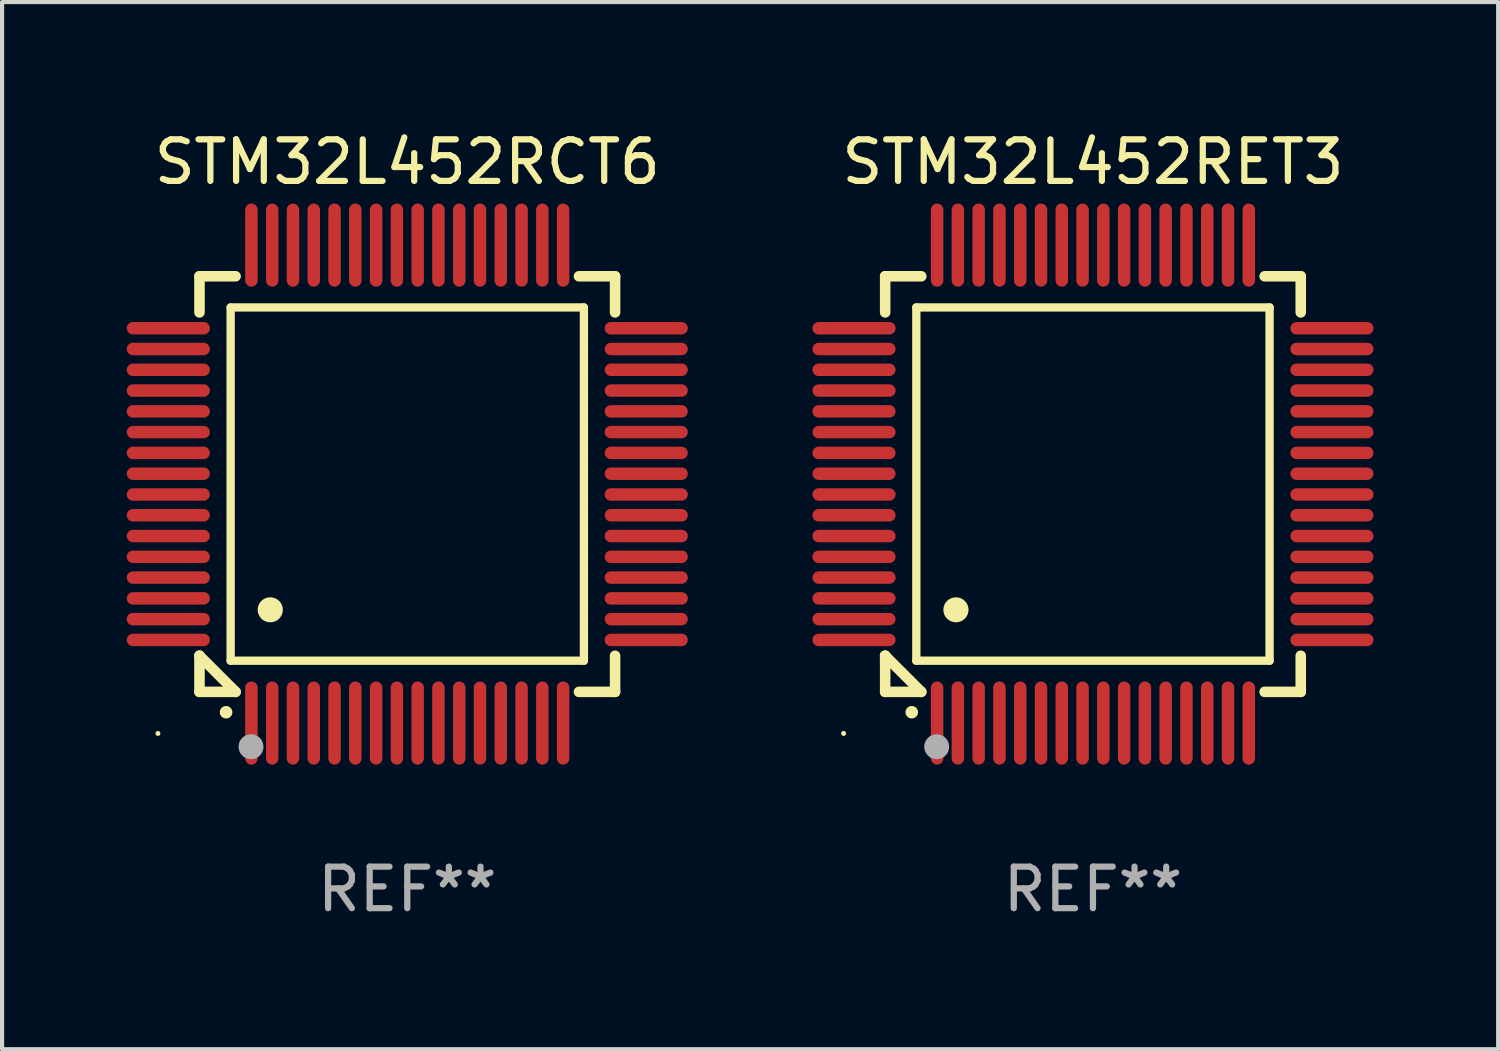
<source format=kicad_pcb>
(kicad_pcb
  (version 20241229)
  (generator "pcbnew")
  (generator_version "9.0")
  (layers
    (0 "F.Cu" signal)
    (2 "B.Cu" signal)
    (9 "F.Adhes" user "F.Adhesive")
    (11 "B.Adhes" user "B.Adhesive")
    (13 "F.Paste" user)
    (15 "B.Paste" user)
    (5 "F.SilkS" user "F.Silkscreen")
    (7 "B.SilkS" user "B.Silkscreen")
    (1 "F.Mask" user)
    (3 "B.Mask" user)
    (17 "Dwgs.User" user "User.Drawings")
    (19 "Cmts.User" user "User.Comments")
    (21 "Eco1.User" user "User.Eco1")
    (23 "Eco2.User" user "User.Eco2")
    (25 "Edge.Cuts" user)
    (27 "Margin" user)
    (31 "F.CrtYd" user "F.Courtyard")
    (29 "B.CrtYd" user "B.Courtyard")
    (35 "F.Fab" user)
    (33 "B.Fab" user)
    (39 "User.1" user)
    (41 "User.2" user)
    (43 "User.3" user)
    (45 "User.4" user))
  (footprint "STM32L452RCT6"
    (layer "F.Cu")
    (at 6.75 8.598)
    (property "Reference" "STM32L452RCT6" (at 0 -7.75 0) (layer "F.SilkS") (effects (font (size 1 1) (thickness 0.15))))
    (attr through_hole)
    (fp_line (start -5 -5) (end -4.131 -5) (stroke (width 0.254) (type solid)) (layer "F.SilkS"))
    (fp_line (start -5 -4.131) (end -5 -5) (stroke (width 0.254) (type solid)) (layer "F.SilkS"))
    (fp_line (start -5 4.131) (end -5 4.131) (stroke (width 0.254) (type solid)) (layer "F.SilkS"))
    (fp_line (start -5 5) (end -5 4.131) (stroke (width 0.254) (type solid)) (layer "F.SilkS"))
    (fp_line (start -5 4.131) (end -4.131 5) (stroke (width 0.254) (type solid)) (layer "F.SilkS"))
    (fp_line (start -4.25 -4.25) (end -4.25 4.25) (stroke (width 0.2) (type solid)) (layer "F.SilkS"))
    (fp_line (start -4.25 4.25) (end 4.25 4.25) (stroke (width 0.2) (type solid)) (layer "F.SilkS"))
    (fp_line (start -4.131 5) (end -5 5) (stroke (width 0.254) (type solid)) (layer "F.SilkS"))
    (fp_line (start 4.25 -4.25) (end -4.25 -4.25) (stroke (width 0.2) (type solid)) (layer "F.SilkS"))
    (fp_line (start 4.25 4.25) (end 4.25 -4.25) (stroke (width 0.2) (type solid)) (layer "F.SilkS"))
    (fp_line (start 5 -5) (end 4.131 -5) (stroke (width 0.254) (type solid)) (layer "F.SilkS"))
    (fp_line (start 5 -5) (end 5 -4.131) (stroke (width 0.254) (type solid)) (layer "F.SilkS"))
    (fp_line (start 5 4.131) (end 5 5) (stroke (width 0.254) (type solid)) (layer "F.SilkS"))
    (fp_line (start 5 5) (end 4.131 5) (stroke (width 0.254) (type solid)) (layer "F.SilkS"))
    (fp_arc (start -4.361265 5.489992) (mid -4.359995 5.489987) (end -4.358725 5.489992) (stroke (width 0.3) (type solid)) (layer "F.SilkS"))
    (fp_arc (start -3.299467 3.025146) (mid -3.296927 3.025135) (end -3.294387 3.025146) (stroke (width 0.6) (type solid)) (layer "F.SilkS"))
    (fp_circle (center -6 6) (end -5.97 6) (stroke (width 0.06) (type solid)) (fill no) (layer "F.SilkS"))
    (fp_circle (center -3.76 6.32) (end -3.61 6.32) (stroke (width 0.3) (type solid)) (fill no) (layer "F.Fab"))
    (fp_text user "REF**" (at 0 9.75 0) (layer "F.Fab") (effects (font (size 1 1) (thickness 0.15))))
    (pad "1" smd oval (at -3.75 5.75) (size 0.3 2) (layers "F.Cu" "F.Mask" "F.Paste"))
    (pad "2" smd oval (at -3.25 5.75) (size 0.3 2) (layers "F.Cu" "F.Mask" "F.Paste"))
    (pad "3" smd oval (at -2.75 5.75) (size 0.3 2) (layers "F.Cu" "F.Mask" "F.Paste"))
    (pad "4" smd oval (at -2.25 5.75) (size 0.3 2) (layers "F.Cu" "F.Mask" "F.Paste"))
    (pad "5" smd oval (at -1.75 5.75) (size 0.3 2) (layers "F.Cu" "F.Mask" "F.Paste"))
    (pad "6" smd oval (at -1.25 5.75) (size 0.3 2) (layers "F.Cu" "F.Mask" "F.Paste"))
    (pad "7" smd oval (at -0.75 5.75) (size 0.3 2) (layers "F.Cu" "F.Mask" "F.Paste"))
    (pad "8" smd oval (at -0.25 5.75) (size 0.3 2) (layers "F.Cu" "F.Mask" "F.Paste"))
    (pad "9" smd oval (at 0.25 5.75) (size 0.3 2) (layers "F.Cu" "F.Mask" "F.Paste"))
    (pad "10" smd oval (at 0.75 5.75) (size 0.3 2) (layers "F.Cu" "F.Mask" "F.Paste"))
    (pad "11" smd oval (at 1.25 5.75) (size 0.3 2) (layers "F.Cu" "F.Mask" "F.Paste"))
    (pad "12" smd oval (at 1.75 5.75) (size 0.3 2) (layers "F.Cu" "F.Mask" "F.Paste"))
    (pad "13" smd oval (at 2.25 5.75) (size 0.3 2) (layers "F.Cu" "F.Mask" "F.Paste"))
    (pad "14" smd oval (at 2.75 5.75) (size 0.3 2) (layers "F.Cu" "F.Mask" "F.Paste"))
    (pad "15" smd oval (at 3.25 5.75) (size 0.3 2) (layers "F.Cu" "F.Mask" "F.Paste"))
    (pad "16" smd oval (at 3.75 5.75) (size 0.3 2) (layers "F.Cu" "F.Mask" "F.Paste"))
    (pad "17" smd oval (at 5.75 3.75) (size 2 0.3) (layers "F.Cu" "F.Mask" "F.Paste"))
    (pad "18" smd oval (at 5.75 3.25) (size 2 0.3) (layers "F.Cu" "F.Mask" "F.Paste"))
    (pad "19" smd oval (at 5.75 2.75) (size 2 0.3) (layers "F.Cu" "F.Mask" "F.Paste"))
    (pad "20" smd oval (at 5.75 2.25) (size 2 0.3) (layers "F.Cu" "F.Mask" "F.Paste"))
    (pad "21" smd oval (at 5.75 1.75) (size 2 0.3) (layers "F.Cu" "F.Mask" "F.Paste"))
    (pad "22" smd oval (at 5.75 1.25) (size 2 0.3) (layers "F.Cu" "F.Mask" "F.Paste"))
    (pad "23" smd oval (at 5.75 0.75) (size 2 0.3) (layers "F.Cu" "F.Mask" "F.Paste"))
    (pad "24" smd oval (at 5.75 0.25) (size 2 0.3) (layers "F.Cu" "F.Mask" "F.Paste"))
    (pad "25" smd oval (at 5.75 -0.25) (size 2 0.3) (layers "F.Cu" "F.Mask" "F.Paste"))
    (pad "26" smd oval (at 5.75 -0.75) (size 2 0.3) (layers "F.Cu" "F.Mask" "F.Paste"))
    (pad "27" smd oval (at 5.75 -1.25) (size 2 0.3) (layers "F.Cu" "F.Mask" "F.Paste"))
    (pad "28" smd oval (at 5.75 -1.75) (size 2 0.3) (layers "F.Cu" "F.Mask" "F.Paste"))
    (pad "29" smd oval (at 5.75 -2.25) (size 2 0.3) (layers "F.Cu" "F.Mask" "F.Paste"))
    (pad "30" smd oval (at 5.75 -2.75) (size 2 0.3) (layers "F.Cu" "F.Mask" "F.Paste"))
    (pad "31" smd oval (at 5.75 -3.25) (size 2 0.3) (layers "F.Cu" "F.Mask" "F.Paste"))
    (pad "32" smd oval (at 5.75 -3.75) (size 2 0.3) (layers "F.Cu" "F.Mask" "F.Paste"))
    (pad "33" smd oval (at 3.75 -5.75) (size 0.3 2) (layers "F.Cu" "F.Mask" "F.Paste"))
    (pad "34" smd oval (at 3.25 -5.75) (size 0.3 2) (layers "F.Cu" "F.Mask" "F.Paste"))
    (pad "35" smd oval (at 2.75 -5.75) (size 0.3 2) (layers "F.Cu" "F.Mask" "F.Paste"))
    (pad "36" smd oval (at 2.25 -5.75) (size 0.3 2) (layers "F.Cu" "F.Mask" "F.Paste"))
    (pad "37" smd oval (at 1.75 -5.75) (size 0.3 2) (layers "F.Cu" "F.Mask" "F.Paste"))
    (pad "38" smd oval (at 1.25 -5.75) (size 0.3 2) (layers "F.Cu" "F.Mask" "F.Paste"))
    (pad "39" smd oval (at 0.75 -5.75) (size 0.3 2) (layers "F.Cu" "F.Mask" "F.Paste"))
    (pad "40" smd oval (at 0.25 -5.75) (size 0.3 2) (layers "F.Cu" "F.Mask" "F.Paste"))
    (pad "41" smd oval (at -0.25 -5.75) (size 0.3 2) (layers "F.Cu" "F.Mask" "F.Paste"))
    (pad "42" smd oval (at -0.75 -5.75) (size 0.3 2) (layers "F.Cu" "F.Mask" "F.Paste"))
    (pad "43" smd oval (at -1.25 -5.75) (size 0.3 2) (layers "F.Cu" "F.Mask" "F.Paste"))
    (pad "44" smd oval (at -1.75 -5.75) (size 0.3 2) (layers "F.Cu" "F.Mask" "F.Paste"))
    (pad "45" smd oval (at -2.25 -5.75) (size 0.3 2) (layers "F.Cu" "F.Mask" "F.Paste"))
    (pad "46" smd oval (at -2.75 -5.75) (size 0.3 2) (layers "F.Cu" "F.Mask" "F.Paste"))
    (pad "47" smd oval (at -3.25 -5.75) (size 0.3 2) (layers "F.Cu" "F.Mask" "F.Paste"))
    (pad "48" smd oval (at -3.75 -5.75) (size 0.3 2) (layers "F.Cu" "F.Mask" "F.Paste"))
    (pad "49" smd oval (at -5.75 -3.75) (size 2 0.3) (layers "F.Cu" "F.Mask" "F.Paste"))
    (pad "50" smd oval (at -5.75 -3.25) (size 2 0.3) (layers "F.Cu" "F.Mask" "F.Paste"))
    (pad "51" smd oval (at -5.75 -2.75) (size 2 0.3) (layers "F.Cu" "F.Mask" "F.Paste"))
    (pad "52" smd oval (at -5.75 -2.25) (size 2 0.3) (layers "F.Cu" "F.Mask" "F.Paste"))
    (pad "53" smd oval (at -5.75 -1.75) (size 2 0.3) (layers "F.Cu" "F.Mask" "F.Paste"))
    (pad "54" smd oval (at -5.75 -1.25) (size 2 0.3) (layers "F.Cu" "F.Mask" "F.Paste"))
    (pad "55" smd oval (at -5.75 -0.75) (size 2 0.3) (layers "F.Cu" "F.Mask" "F.Paste"))
    (pad "56" smd oval (at -5.75 -0.25) (size 2 0.3) (layers "F.Cu" "F.Mask" "F.Paste"))
    (pad "57" smd oval (at -5.75 0.25) (size 2 0.3) (layers "F.Cu" "F.Mask" "F.Paste"))
    (pad "58" smd oval (at -5.75 0.75) (size 2 0.3) (layers "F.Cu" "F.Mask" "F.Paste"))
    (pad "59" smd oval (at -5.75 1.25) (size 2 0.3) (layers "F.Cu" "F.Mask" "F.Paste"))
    (pad "60" smd oval (at -5.75 1.75) (size 2 0.3) (layers "F.Cu" "F.Mask" "F.Paste"))
    (pad "61" smd oval (at -5.75 2.25) (size 2 0.3) (layers "F.Cu" "F.Mask" "F.Paste"))
    (pad "62" smd oval (at -5.75 2.75) (size 2 0.3) (layers "F.Cu" "F.Mask" "F.Paste"))
    (pad "63" smd oval (at -5.75 3.25) (size 2 0.3) (layers "F.Cu" "F.Mask" "F.Paste"))
    (pad "64" smd oval (at -5.75 3.75) (size 2 0.3) (layers "F.Cu" "F.Mask" "F.Paste")))
  (footprint "STM32L452RET3"
    (layer "F.Cu")
    (at 23.249 8.598)
    (property "Reference" "STM32L452RET3" (at 0 -7.75 0) (layer "F.SilkS") (effects (font (size 1 1) (thickness 0.15))))
    (attr through_hole)
    (fp_line (start -5 -5) (end -4.131 -5) (stroke (width 0.254) (type solid)) (layer "F.SilkS"))
    (fp_line (start -5 -4.131) (end -5 -5) (stroke (width 0.254) (type solid)) (layer "F.SilkS"))
    (fp_line (start -5 4.131) (end -5 4.131) (stroke (width 0.254) (type solid)) (layer "F.SilkS"))
    (fp_line (start -5 5) (end -5 4.131) (stroke (width 0.254) (type solid)) (layer "F.SilkS"))
    (fp_line (start -5 4.131) (end -4.131 5) (stroke (width 0.254) (type solid)) (layer "F.SilkS"))
    (fp_line (start -4.25 -4.25) (end -4.25 4.25) (stroke (width 0.2) (type solid)) (layer "F.SilkS"))
    (fp_line (start -4.25 4.25) (end 4.25 4.25) (stroke (width 0.2) (type solid)) (layer "F.SilkS"))
    (fp_line (start -4.131 5) (end -5 5) (stroke (width 0.254) (type solid)) (layer "F.SilkS"))
    (fp_line (start 4.25 -4.25) (end -4.25 -4.25) (stroke (width 0.2) (type solid)) (layer "F.SilkS"))
    (fp_line (start 4.25 4.25) (end 4.25 -4.25) (stroke (width 0.2) (type solid)) (layer "F.SilkS"))
    (fp_line (start 5 -5) (end 4.131 -5) (stroke (width 0.254) (type solid)) (layer "F.SilkS"))
    (fp_line (start 5 -5) (end 5 -4.131) (stroke (width 0.254) (type solid)) (layer "F.SilkS"))
    (fp_line (start 5 4.131) (end 5 5) (stroke (width 0.254) (type solid)) (layer "F.SilkS"))
    (fp_line (start 5 5) (end 4.131 5) (stroke (width 0.254) (type solid)) (layer "F.SilkS"))
    (fp_arc (start -4.361265 5.489992) (mid -4.359995 5.489987) (end -4.358725 5.489992) (stroke (width 0.3) (type solid)) (layer "F.SilkS"))
    (fp_arc (start -3.299467 3.025146) (mid -3.296927 3.025135) (end -3.294387 3.025146) (stroke (width 0.6) (type solid)) (layer "F.SilkS"))
    (fp_circle (center -6 6) (end -5.97 6) (stroke (width 0.06) (type solid)) (fill no) (layer "F.SilkS"))
    (fp_circle (center -3.76 6.32) (end -3.61 6.32) (stroke (width 0.3) (type solid)) (fill no) (layer "F.Fab"))
    (fp_text user "REF**" (at 0 9.75 0) (layer "F.Fab") (effects (font (size 1 1) (thickness 0.15))))
    (pad "1" smd oval (at -3.75 5.75) (size 0.3 2) (layers "F.Cu" "F.Mask" "F.Paste"))
    (pad "2" smd oval (at -3.25 5.75) (size 0.3 2) (layers "F.Cu" "F.Mask" "F.Paste"))
    (pad "3" smd oval (at -2.75 5.75) (size 0.3 2) (layers "F.Cu" "F.Mask" "F.Paste"))
    (pad "4" smd oval (at -2.25 5.75) (size 0.3 2) (layers "F.Cu" "F.Mask" "F.Paste"))
    (pad "5" smd oval (at -1.75 5.75) (size 0.3 2) (layers "F.Cu" "F.Mask" "F.Paste"))
    (pad "6" smd oval (at -1.25 5.75) (size 0.3 2) (layers "F.Cu" "F.Mask" "F.Paste"))
    (pad "7" smd oval (at -0.75 5.75) (size 0.3 2) (layers "F.Cu" "F.Mask" "F.Paste"))
    (pad "8" smd oval (at -0.25 5.75) (size 0.3 2) (layers "F.Cu" "F.Mask" "F.Paste"))
    (pad "9" smd oval (at 0.25 5.75) (size 0.3 2) (layers "F.Cu" "F.Mask" "F.Paste"))
    (pad "10" smd oval (at 0.75 5.75) (size 0.3 2) (layers "F.Cu" "F.Mask" "F.Paste"))
    (pad "11" smd oval (at 1.25 5.75) (size 0.3 2) (layers "F.Cu" "F.Mask" "F.Paste"))
    (pad "12" smd oval (at 1.75 5.75) (size 0.3 2) (layers "F.Cu" "F.Mask" "F.Paste"))
    (pad "13" smd oval (at 2.25 5.75) (size 0.3 2) (layers "F.Cu" "F.Mask" "F.Paste"))
    (pad "14" smd oval (at 2.75 5.75) (size 0.3 2) (layers "F.Cu" "F.Mask" "F.Paste"))
    (pad "15" smd oval (at 3.25 5.75) (size 0.3 2) (layers "F.Cu" "F.Mask" "F.Paste"))
    (pad "16" smd oval (at 3.75 5.75) (size 0.3 2) (layers "F.Cu" "F.Mask" "F.Paste"))
    (pad "17" smd oval (at 5.75 3.75) (size 2 0.3) (layers "F.Cu" "F.Mask" "F.Paste"))
    (pad "18" smd oval (at 5.75 3.25) (size 2 0.3) (layers "F.Cu" "F.Mask" "F.Paste"))
    (pad "19" smd oval (at 5.75 2.75) (size 2 0.3) (layers "F.Cu" "F.Mask" "F.Paste"))
    (pad "20" smd oval (at 5.75 2.25) (size 2 0.3) (layers "F.Cu" "F.Mask" "F.Paste"))
    (pad "21" smd oval (at 5.75 1.75) (size 2 0.3) (layers "F.Cu" "F.Mask" "F.Paste"))
    (pad "22" smd oval (at 5.75 1.25) (size 2 0.3) (layers "F.Cu" "F.Mask" "F.Paste"))
    (pad "23" smd oval (at 5.75 0.75) (size 2 0.3) (layers "F.Cu" "F.Mask" "F.Paste"))
    (pad "24" smd oval (at 5.75 0.25) (size 2 0.3) (layers "F.Cu" "F.Mask" "F.Paste"))
    (pad "25" smd oval (at 5.75 -0.25) (size 2 0.3) (layers "F.Cu" "F.Mask" "F.Paste"))
    (pad "26" smd oval (at 5.75 -0.75) (size 2 0.3) (layers "F.Cu" "F.Mask" "F.Paste"))
    (pad "27" smd oval (at 5.75 -1.25) (size 2 0.3) (layers "F.Cu" "F.Mask" "F.Paste"))
    (pad "28" smd oval (at 5.75 -1.75) (size 2 0.3) (layers "F.Cu" "F.Mask" "F.Paste"))
    (pad "29" smd oval (at 5.75 -2.25) (size 2 0.3) (layers "F.Cu" "F.Mask" "F.Paste"))
    (pad "30" smd oval (at 5.75 -2.75) (size 2 0.3) (layers "F.Cu" "F.Mask" "F.Paste"))
    (pad "31" smd oval (at 5.75 -3.25) (size 2 0.3) (layers "F.Cu" "F.Mask" "F.Paste"))
    (pad "32" smd oval (at 5.75 -3.75) (size 2 0.3) (layers "F.Cu" "F.Mask" "F.Paste"))
    (pad "33" smd oval (at 3.75 -5.75) (size 0.3 2) (layers "F.Cu" "F.Mask" "F.Paste"))
    (pad "34" smd oval (at 3.25 -5.75) (size 0.3 2) (layers "F.Cu" "F.Mask" "F.Paste"))
    (pad "35" smd oval (at 2.75 -5.75) (size 0.3 2) (layers "F.Cu" "F.Mask" "F.Paste"))
    (pad "36" smd oval (at 2.25 -5.75) (size 0.3 2) (layers "F.Cu" "F.Mask" "F.Paste"))
    (pad "37" smd oval (at 1.75 -5.75) (size 0.3 2) (layers "F.Cu" "F.Mask" "F.Paste"))
    (pad "38" smd oval (at 1.25 -5.75) (size 0.3 2) (layers "F.Cu" "F.Mask" "F.Paste"))
    (pad "39" smd oval (at 0.75 -5.75) (size 0.3 2) (layers "F.Cu" "F.Mask" "F.Paste"))
    (pad "40" smd oval (at 0.25 -5.75) (size 0.3 2) (layers "F.Cu" "F.Mask" "F.Paste"))
    (pad "41" smd oval (at -0.25 -5.75) (size 0.3 2) (layers "F.Cu" "F.Mask" "F.Paste"))
    (pad "42" smd oval (at -0.75 -5.75) (size 0.3 2) (layers "F.Cu" "F.Mask" "F.Paste"))
    (pad "43" smd oval (at -1.25 -5.75) (size 0.3 2) (layers "F.Cu" "F.Mask" "F.Paste"))
    (pad "44" smd oval (at -1.75 -5.75) (size 0.3 2) (layers "F.Cu" "F.Mask" "F.Paste"))
    (pad "45" smd oval (at -2.25 -5.75) (size 0.3 2) (layers "F.Cu" "F.Mask" "F.Paste"))
    (pad "46" smd oval (at -2.75 -5.75) (size 0.3 2) (layers "F.Cu" "F.Mask" "F.Paste"))
    (pad "47" smd oval (at -3.25 -5.75) (size 0.3 2) (layers "F.Cu" "F.Mask" "F.Paste"))
    (pad "48" smd oval (at -3.75 -5.75) (size 0.3 2) (layers "F.Cu" "F.Mask" "F.Paste"))
    (pad "49" smd oval (at -5.75 -3.75) (size 2 0.3) (layers "F.Cu" "F.Mask" "F.Paste"))
    (pad "50" smd oval (at -5.75 -3.25) (size 2 0.3) (layers "F.Cu" "F.Mask" "F.Paste"))
    (pad "51" smd oval (at -5.75 -2.75) (size 2 0.3) (layers "F.Cu" "F.Mask" "F.Paste"))
    (pad "52" smd oval (at -5.75 -2.25) (size 2 0.3) (layers "F.Cu" "F.Mask" "F.Paste"))
    (pad "53" smd oval (at -5.75 -1.75) (size 2 0.3) (layers "F.Cu" "F.Mask" "F.Paste"))
    (pad "54" smd oval (at -5.75 -1.25) (size 2 0.3) (layers "F.Cu" "F.Mask" "F.Paste"))
    (pad "55" smd oval (at -5.75 -0.75) (size 2 0.3) (layers "F.Cu" "F.Mask" "F.Paste"))
    (pad "56" smd oval (at -5.75 -0.25) (size 2 0.3) (layers "F.Cu" "F.Mask" "F.Paste"))
    (pad "57" smd oval (at -5.75 0.25) (size 2 0.3) (layers "F.Cu" "F.Mask" "F.Paste"))
    (pad "58" smd oval (at -5.75 0.75) (size 2 0.3) (layers "F.Cu" "F.Mask" "F.Paste"))
    (pad "59" smd oval (at -5.75 1.25) (size 2 0.3) (layers "F.Cu" "F.Mask" "F.Paste"))
    (pad "60" smd oval (at -5.75 1.75) (size 2 0.3) (layers "F.Cu" "F.Mask" "F.Paste"))
    (pad "61" smd oval (at -5.75 2.25) (size 2 0.3) (layers "F.Cu" "F.Mask" "F.Paste"))
    (pad "62" smd oval (at -5.75 2.75) (size 2 0.3) (layers "F.Cu" "F.Mask" "F.Paste"))
    (pad "63" smd oval (at -5.75 3.25) (size 2 0.3) (layers "F.Cu" "F.Mask" "F.Paste"))
    (pad "64" smd oval (at -5.75 3.75) (size 2 0.3) (layers "F.Cu" "F.Mask" "F.Paste")))
  (gr_rect
    (start -3 -3)
    (end 32.999 22.196)
    (stroke (width 0.1) (type default))
    (fill no)
    (layer "Edge.Cuts")))
</source>
